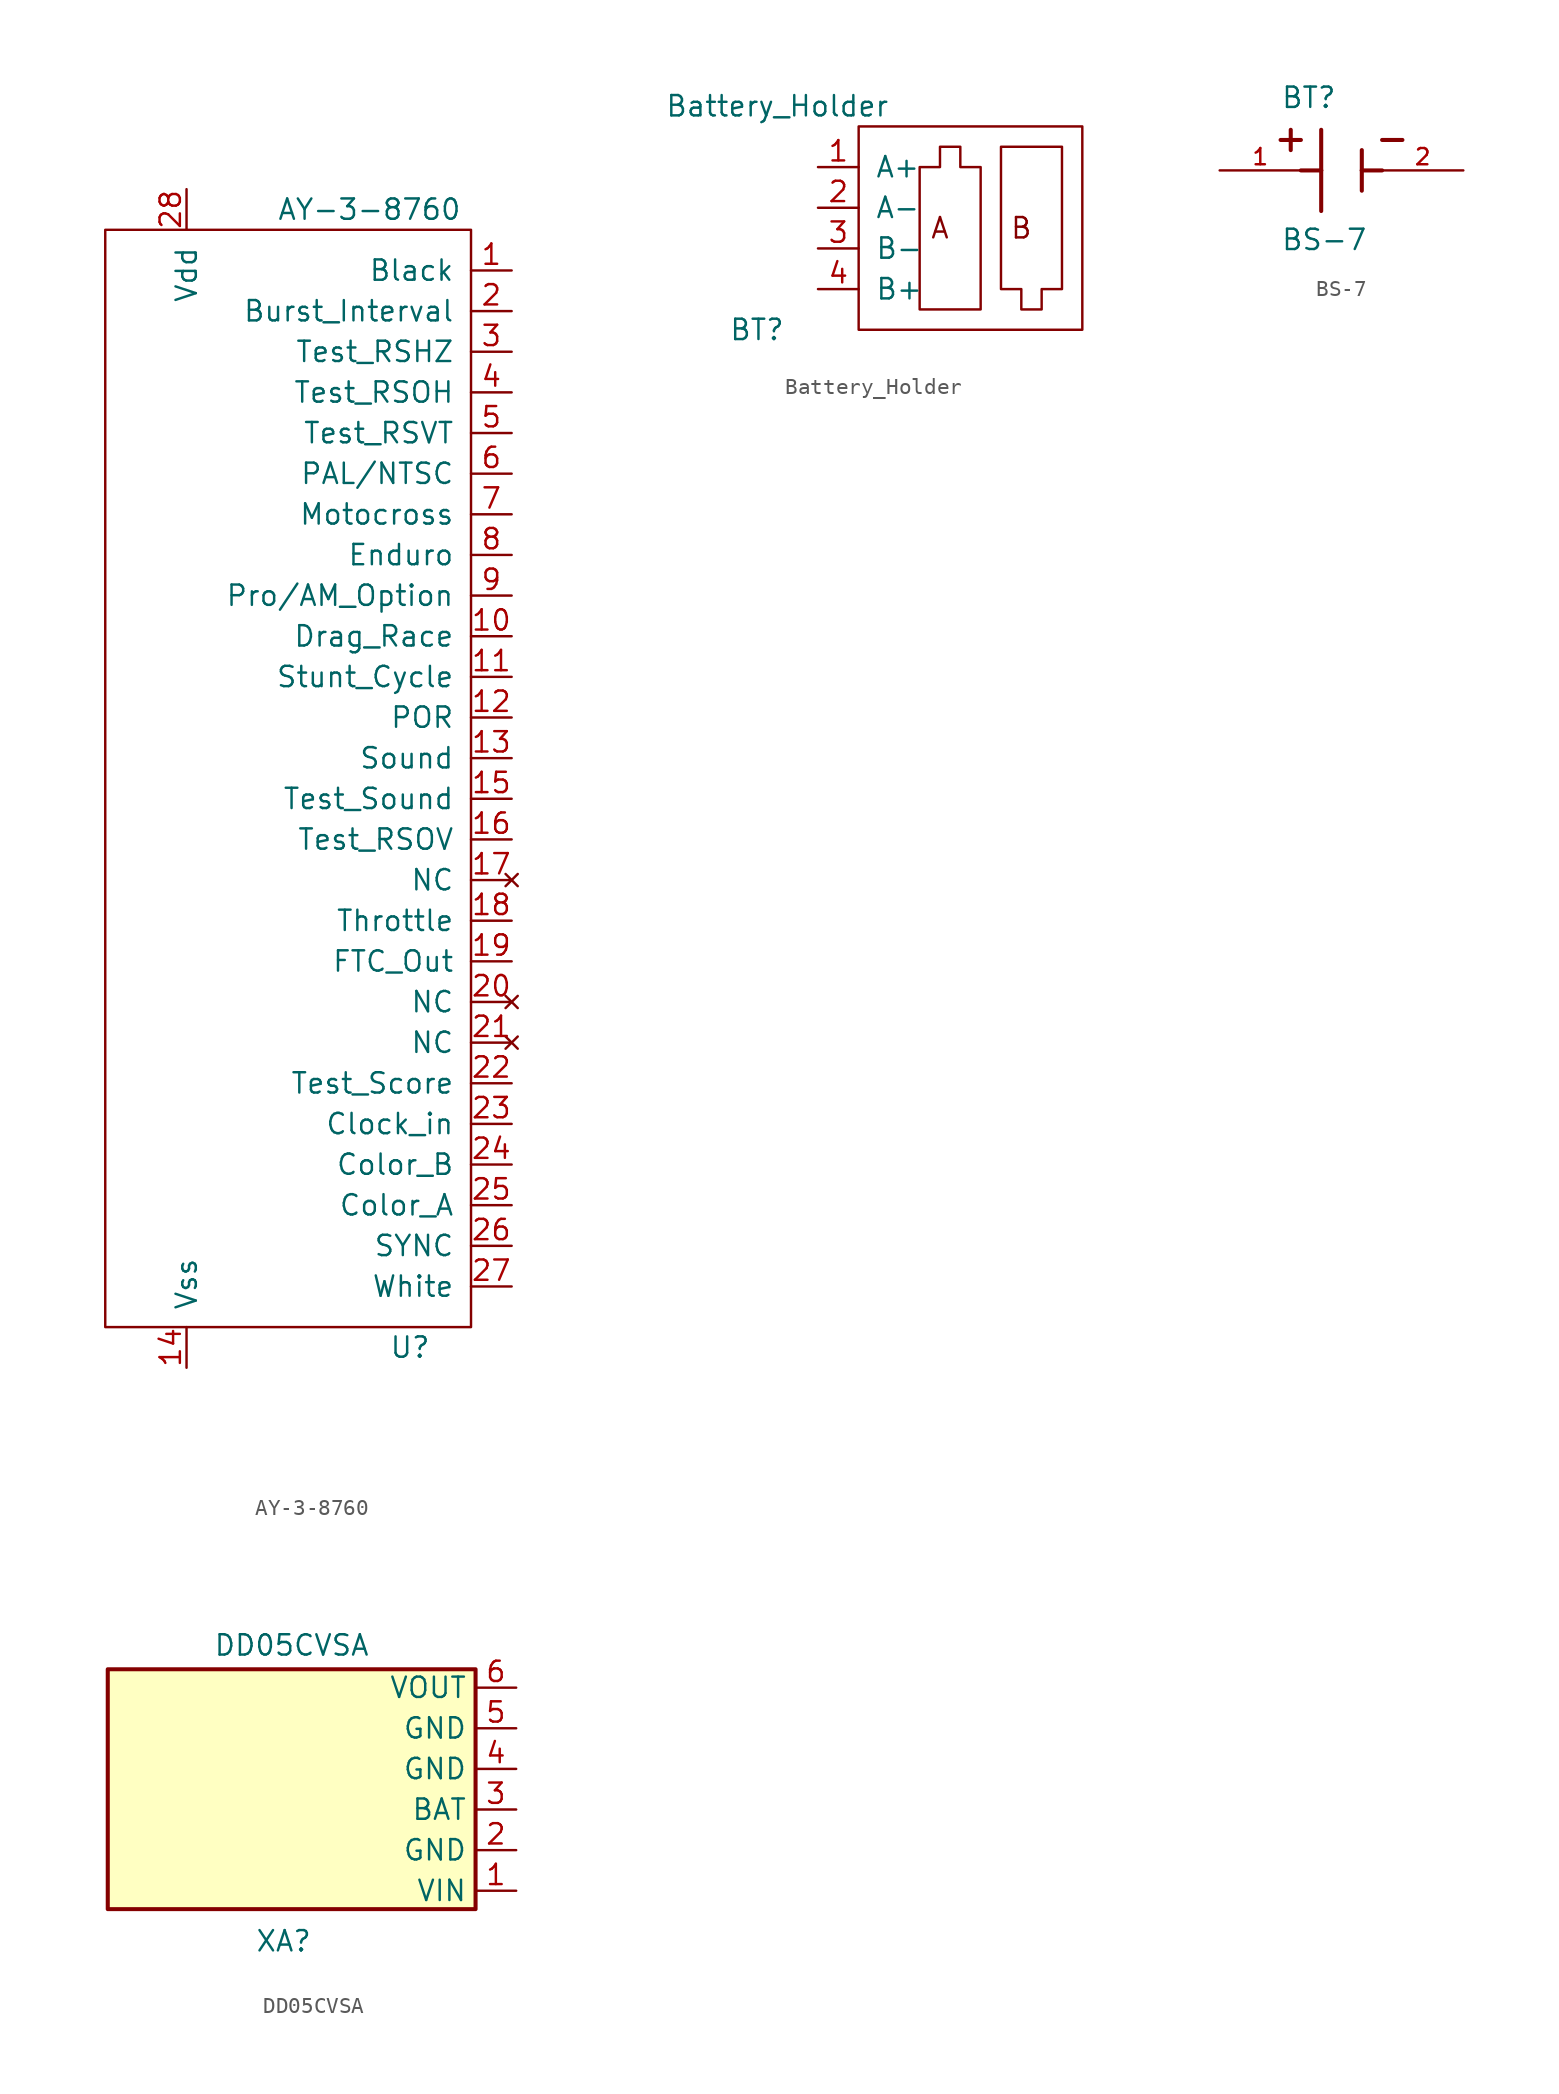
<source format=kicad_sym>
(kicad_symbol_lib
  (version 20211014)
  (generator kicad_symbol_editor)
  (symbol "AY-3-8760"
    (pin_names
      (offset 1.016))
    (property "Reference" "U"
      (at -3.81 -67.31 0)
      (effects (font (size 1.27 1.27))))
    (property "Value" "AY-3-8760"
      (at -6.35 3.81 0)
      (effects (font (size 1.27 1.27))))
    (symbol "AY-3-8760_0_1"
      (rectangle (start 0 2.54) (end -22.86 -66.04) (stroke (width 0) (type default) (color 0 0 0 0)) (fill (type none))))
    (symbol "AY-3-8760_1_1"
      (pin output line (at 2.54 0 180) (length 2.54) (name "Black" (effects (font (size 1.27 1.27)))) (number "1" (effects (font (size 1.27 1.27)))))
      (pin input line (at 2.54 -22.86 180) (length 2.54) (name "Drag_Race" (effects (font (size 1.27 1.27)))) (number "10" (effects (font (size 1.27 1.27)))))
      (pin input line (at 2.54 -25.4 180) (length 2.54) (name "Stunt_Cycle" (effects (font (size 1.27 1.27)))) (number "11" (effects (font (size 1.27 1.27)))))
      (pin input line (at 2.54 -27.94 180) (length 2.54) (name "POR" (effects (font (size 1.27 1.27)))) (number "12" (effects (font (size 1.27 1.27)))))
      (pin output line (at 2.54 -30.48 180) (length 2.54) (name "Sound" (effects (font (size 1.27 1.27)))) (number "13" (effects (font (size 1.27 1.27)))))
      (pin power_in line (at -17.78 -68.58 90) (length 2.54) (name "Vss" (effects (font (size 1.27 1.27)))) (number "14" (effects (font (size 1.27 1.27)))))
      (pin input line (at 2.54 -33.02 180) (length 2.54) (name "Test_Sound" (effects (font (size 1.27 1.27)))) (number "15" (effects (font (size 1.27 1.27)))))
      (pin input line (at 2.54 -35.56 180) (length 2.54) (name "Test_RSOV" (effects (font (size 1.27 1.27)))) (number "16" (effects (font (size 1.27 1.27)))))
      (pin no_connect line (at 2.54 -38.1 180) (length 2.54) (name "NC" (effects (font (size 1.27 1.27)))) (number "17" (effects (font (size 1.27 1.27)))))
      (pin input line (at 2.54 -40.64 180) (length 2.54) (name "Throttle" (effects (font (size 1.27 1.27)))) (number "18" (effects (font (size 1.27 1.27)))))
      (pin output line (at 2.54 -43.18 180) (length 2.54) (name "FTC_Out" (effects (font (size 1.27 1.27)))) (number "19" (effects (font (size 1.27 1.27)))))
      (pin output line (at 2.54 -2.54 180) (length 2.54) (name "Burst_Interval" (effects (font (size 1.27 1.27)))) (number "2" (effects (font (size 1.27 1.27)))))
      (pin no_connect line (at 2.54 -45.72 180) (length 2.54) (name "NC" (effects (font (size 1.27 1.27)))) (number "20" (effects (font (size 1.27 1.27)))))
      (pin no_connect line (at 2.54 -48.26 180) (length 2.54) (name "NC" (effects (font (size 1.27 1.27)))) (number "21" (effects (font (size 1.27 1.27)))))
      (pin input line (at 2.54 -50.8 180) (length 2.54) (name "Test_Score" (effects (font (size 1.27 1.27)))) (number "22" (effects (font (size 1.27 1.27)))))
      (pin input line (at 2.54 -53.34 180) (length 2.54) (name "Clock_in" (effects (font (size 1.27 1.27)))) (number "23" (effects (font (size 1.27 1.27)))))
      (pin output line (at 2.54 -55.88 180) (length 2.54) (name "Color_B" (effects (font (size 1.27 1.27)))) (number "24" (effects (font (size 1.27 1.27)))))
      (pin output line (at 2.54 -58.42 180) (length 2.54) (name "Color_A" (effects (font (size 1.27 1.27)))) (number "25" (effects (font (size 1.27 1.27)))))
      (pin output line (at 2.54 -60.96 180) (length 2.54) (name "SYNC" (effects (font (size 1.27 1.27)))) (number "26" (effects (font (size 1.27 1.27)))))
      (pin output line (at 2.54 -63.5 180) (length 2.54) (name "White" (effects (font (size 1.27 1.27)))) (number "27" (effects (font (size 1.27 1.27)))))
      (pin power_out line (at -17.78 5.08 270) (length 2.54) (name "Vdd" (effects (font (size 1.27 1.27)))) (number "28" (effects (font (size 1.27 1.27)))))
      (pin input line (at 2.54 -5.08 180) (length 2.54) (name "Test_RSHZ" (effects (font (size 1.27 1.27)))) (number "3" (effects (font (size 1.27 1.27)))))
      (pin input line (at 2.54 -7.62 180) (length 2.54) (name "Test_RSOH" (effects (font (size 1.27 1.27)))) (number "4" (effects (font (size 1.27 1.27)))))
      (pin input line (at 2.54 -10.16 180) (length 2.54) (name "Test_RSVT" (effects (font (size 1.27 1.27)))) (number "5" (effects (font (size 1.27 1.27)))))
      (pin input line (at 2.54 -12.7 180) (length 2.54) (name "PAL/NTSC" (effects (font (size 1.27 1.27)))) (number "6" (effects (font (size 1.27 1.27)))))
      (pin input line (at 2.54 -15.24 180) (length 2.54) (name "Motocross" (effects (font (size 1.27 1.27)))) (number "7" (effects (font (size 1.27 1.27)))))
      (pin input line (at 2.54 -17.78 180) (length 2.54) (name "Enduro" (effects (font (size 1.27 1.27)))) (number "8" (effects (font (size 1.27 1.27)))))
      (pin input line (at 2.54 -20.32 180) (length 2.54) (name "Pro/AM_Option" (effects (font (size 1.27 1.27)))) (number "9" (effects (font (size 1.27 1.27)))))))
  (symbol "Battery_Holder"
    (pin_names
      (offset 1.016))
    (property "Reference" "BT"
      (at -3.81 -10.16 0)
      (effects (font (size 1.27 1.27))))
    (property "Value" "Battery_Holder"
      (at -2.54 3.81 0)
      (effects (font (size 1.27 1.27))))
    (symbol "Battery_Holder_0_0"
      (text "A" (at 7.62 -3.81 0) (effects (font (size 1.27 1.27))))
      (text "B" (at 12.7 -3.81 0) (effects (font (size 1.27 1.27)))))
    (symbol "Battery_Holder_0_1"
      (polyline (pts (xy 6.35 0) (xy 7.62 0) (xy 7.62 1.27) (xy 8.89 1.27) (xy 8.89 0) (xy 10.16 0) (xy 10.16 -8.89) (xy 6.35 -8.89) (xy 6.35 0)) (stroke (width 0) (type default) (color 0 0 0 0)) (fill (type none)))
      (polyline (pts (xy 11.43 1.27) (xy 15.24 1.27) (xy 15.24 -7.62) (xy 13.97 -7.62) (xy 13.97 -8.89) (xy 12.7 -8.89) (xy 12.7 -7.62) (xy 11.43 -7.62) (xy 11.43 1.27)) (stroke (width 0) (type default) (color 0 0 0 0)) (fill (type none)))
      (rectangle (start 2.54 2.54) (end 16.51 -10.16) (stroke (width 0) (type default) (color 0 0 0 0)) (fill (type none))))
    (symbol "Battery_Holder_1_1"
      (pin power_out line (at 0 0 0) (length 2.54) (name "A+" (effects (font (size 1.27 1.27)))) (number "1" (effects (font (size 1.27 1.27)))))
      (pin power_out line (at 0 -2.54 0) (length 2.54) (name "A-" (effects (font (size 1.27 1.27)))) (number "2" (effects (font (size 1.27 1.27)))))
      (pin power_out line (at 0 -5.08 0) (length 2.54) (name "B-" (effects (font (size 1.27 1.27)))) (number "3" (effects (font (size 1.27 1.27)))))
      (pin power_out line (at 0 -7.62 0) (length 2.54) (name "B+" (effects (font (size 1.27 1.27)))) (number "4" (effects (font (size 1.27 1.27)))))))
  (symbol "BS-7"
    (pin_names
      (offset 1.016) hide)
    (property "Reference" "BT"
      (at -3.81 3.81 0)
      (effects (font (size 1.27 1.27)) (justify left bottom)))
    (property "Value" "BS-7"
      (at -3.81 -5.08 0)
      (effects (font (size 1.27 1.27)) (justify left bottom)))
    (property "ki_locked" ""
      (at 0 0 0)
      (effects (font (size 1.27 1.27))))
    (symbol "BS-7_0_0"
      (polyline (pts (xy -3.81 1.905) (xy -2.54 1.905)) (stroke (width 0.254) (type default) (color 0 0 0 0)) (fill (type none)))
      (polyline (pts (xy -3.175 2.54) (xy -3.175 1.27)) (stroke (width 0.254) (type default) (color 0 0 0 0)) (fill (type none)))
      (polyline (pts (xy -1.27 0) (xy -2.54 0)) (stroke (width 0.254) (type default) (color 0 0 0 0)) (fill (type none)))
      (polyline (pts (xy -1.27 0) (xy -1.27 -2.54)) (stroke (width 0.254) (type default) (color 0 0 0 0)) (fill (type none)))
      (polyline (pts (xy -1.27 2.54) (xy -1.27 0)) (stroke (width 0.254) (type default) (color 0 0 0 0)) (fill (type none)))
      (polyline (pts (xy 1.27 0) (xy 1.27 -1.27)) (stroke (width 0.254) (type default) (color 0 0 0 0)) (fill (type none)))
      (polyline (pts (xy 1.27 0) (xy 2.54 0)) (stroke (width 0.254) (type default) (color 0 0 0 0)) (fill (type none)))
      (polyline (pts (xy 1.27 1.27) (xy 1.27 0)) (stroke (width 0.254) (type default) (color 0 0 0 0)) (fill (type none)))
      (polyline (pts (xy 2.54 1.905) (xy 3.81 1.905)) (stroke (width 0.254) (type default) (color 0 0 0 0)) (fill (type none)))
      (pin passive line (at -7.62 0 0) (length 5.08) (name "+" (effects (font (size 1.016 1.016)))) (number "1" (effects (font (size 1.016 1.016)))))
      (pin passive line (at 7.62 0 180) (length 5.08) (name "-" (effects (font (size 1.016 1.016)))) (number "2" (effects (font (size 1.016 1.016)))))))
  (symbol "DD05CVSA"
    (property "Reference" "XA"
      (at -12 -9.5 0)
      (effects (font (size 1.27 1.27))))
    (property "Value" "DD05CVSA"
      (at -11.5 9 0)
      (effects (font (size 1.27 1.27))))
    (symbol "DD05CVSA_0_1"
      (rectangle (start 0 -7.5) (end -23 7.5) (stroke (width 0.254) (type default) (color 0 0 0 0)) (fill (type background))))
    (symbol "DD05CVSA_1_1"
      (pin power_in line (at 2.54 -6.35 180) (length 2.54) (name "VIN" (effects (font (size 1.27 1.27)))) (number "1" (effects (font (size 1.27 1.27)))))
      (pin unspecified line (at 2.54 -3.81 180) (length 2.54) (name "GND" (effects (font (size 1.27 1.27)))) (number "2" (effects (font (size 1.27 1.27)))))
      (pin bidirectional line (at 2.54 -1.27 180) (length 2.54) (name "BAT" (effects (font (size 1.27 1.27)))) (number "3" (effects (font (size 1.27 1.27)))))
      (pin unspecified line (at 2.54 1.27 180) (length 2.54) (name "GND" (effects (font (size 1.27 1.27)))) (number "4" (effects (font (size 1.27 1.27)))))
      (pin unspecified line (at 2.54 3.81 180) (length 2.54) (name "GND" (effects (font (size 1.27 1.27)))) (number "5" (effects (font (size 1.27 1.27)))))
      (pin power_out line (at 2.54 6.35 180) (length 2.54) (name "VOUT" (effects (font (size 1.27 1.27)))) (number "6" (effects (font (size 1.27 1.27))))))))
</source>
